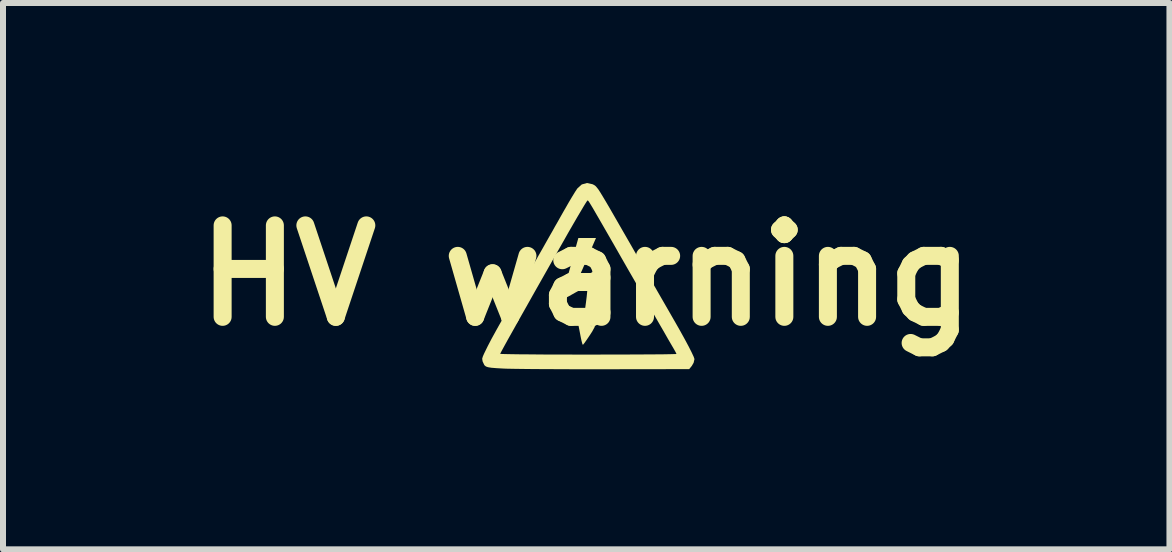
<source format=kicad_pcb>
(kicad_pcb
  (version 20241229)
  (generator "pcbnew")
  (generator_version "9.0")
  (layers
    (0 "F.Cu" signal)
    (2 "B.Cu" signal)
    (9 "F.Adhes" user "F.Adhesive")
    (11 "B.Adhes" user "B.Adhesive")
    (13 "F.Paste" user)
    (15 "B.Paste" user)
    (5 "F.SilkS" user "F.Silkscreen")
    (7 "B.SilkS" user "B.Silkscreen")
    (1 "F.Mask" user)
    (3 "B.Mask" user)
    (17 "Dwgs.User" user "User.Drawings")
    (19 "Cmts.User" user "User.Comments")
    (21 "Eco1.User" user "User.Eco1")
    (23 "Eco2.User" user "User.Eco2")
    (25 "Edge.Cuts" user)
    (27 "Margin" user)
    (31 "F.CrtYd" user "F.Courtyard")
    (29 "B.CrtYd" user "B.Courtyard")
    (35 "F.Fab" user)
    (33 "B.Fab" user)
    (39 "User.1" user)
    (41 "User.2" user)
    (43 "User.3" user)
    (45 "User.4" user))
  (footprint "HV warning"
    (layer "F.Cu")
    (at 6.72 1.541)
    (property "Reference" "HV warning" (at 0 0 0) (layer "F.SilkS") (effects (font (size 1.524 1.524) (thickness 0.3))))
    (attr through_hole)
    (fp_poly (pts (xy 0.125 -0.538) (xy 0.096 -0.47) (xy 0.058 -0.381) (xy 0.023 -0.301) (xy -0.022 -0.197) (xy -0.07 -0.086) (xy -0.103 -0.014) (xy -0.133 0.058) (xy -0.153 0.114) (xy -0.157 0.139) (xy -0.136 0.135) (xy -0.083 0.112) (xy -0.007 0.073) (xy 0.069 0.032) (xy 0.158 -0.017) (xy 0.231 -0.053) (xy 0.279 -0.074) (xy 0.295 -0.075) (xy 0.291 -0.048) (xy 0.277 0.016) (xy 0.254 0.111) (xy 0.224 0.229) (xy 0.189 0.363) (xy 0.185 0.379) (xy 0.149 0.515) (xy 0.118 0.637) (xy 0.093 0.736) (xy 0.076 0.805) (xy 0.069 0.838) (xy 0.069 0.839) (xy 0.083 0.845) (xy 0.105 0.832) (xy 0.141 0.809) (xy 0.152 0.82) (xy 0.139 0.862) (xy 0.101 0.932) (xy 0.061 0.994) (xy 0.011 1.068) (xy -0.029 1.125) (xy -0.053 1.154) (xy -0.056 1.157) (xy -0.066 1.136) (xy -0.08 1.082) (xy -0.092 1.024) (xy -0.114 0.909) (xy -0.129 0.832) (xy -0.135 0.788) (xy -0.135 0.768) (xy -0.128 0.768) (xy -0.116 0.779) (xy -0.113 0.781) (xy -0.08 0.806) (xy -0.068 0.81) (xy -0.059 0.788) (xy -0.047 0.731) (xy -0.033 0.649) (xy -0.018 0.551) (xy -0.004 0.448) (xy 0.008 0.351) (xy 0.016 0.269) (xy 0.019 0.213) (xy 0.016 0.193) (xy -0.009 0.198) (xy -0.063 0.222) (xy -0.139 0.262) (xy -0.183 0.286) (xy -0.287 0.345) (xy -0.357 0.379) (xy -0.397 0.39) (xy -0.411 0.38) (xy -0.406 0.353) (xy -0.392 0.313) (xy -0.371 0.241) (xy -0.346 0.151) (xy -0.336 0.116) (xy -0.307 0.009) (xy -0.27 -0.122) (xy -0.232 -0.261) (xy -0.207 -0.353) (xy -0.131 -0.625) (xy 0.163 -0.625)) (stroke (width 0) (type solid)) (fill yes) (layer "F.SilkS"))
    (fp_poly (pts (xy 0.104 -1.521) (xy 0.113 -1.517) (xy 0.13 -1.508) (xy 0.145 -1.499) (xy 0.161 -1.485) (xy 0.179 -1.464) (xy 0.203 -1.433) (xy 0.233 -1.387) (xy 0.272 -1.323) (xy 0.323 -1.238) (xy 0.387 -1.129) (xy 0.466 -0.992) (xy 0.563 -0.823) (xy 0.68 -0.62) (xy 0.757 -0.486) (xy 0.87 -0.288) (xy 0.994 -0.072) (xy 1.122 0.151) (xy 1.248 0.37) (xy 1.365 0.573) (xy 1.466 0.749) (xy 1.476 0.766) (xy 1.563 0.919) (xy 1.641 1.06) (xy 1.707 1.183) (xy 1.758 1.284) (xy 1.791 1.355) (xy 1.804 1.393) (xy 1.804 1.394) (xy 1.79 1.455) (xy 1.76 1.507) (xy 1.716 1.561) (xy 0.32 1.563) (xy 0.06 1.563) (xy -0.195 1.563) (xy -0.438 1.562) (xy -0.666 1.561) (xy -0.872 1.56) (xy -1.051 1.558) (xy -1.199 1.556) (xy -1.31 1.554) (xy -1.37 1.552) (xy -1.494 1.545) (xy -1.58 1.538) (xy -1.636 1.529) (xy -1.671 1.517) (xy -1.693 1.499) (xy -1.699 1.492) (xy -1.727 1.432) (xy -1.734 1.387) (xy -1.723 1.35) (xy -1.704 1.306) (xy -1.434 1.306) (xy -1.412 1.308) (xy -1.347 1.31) (xy -1.244 1.312) (xy -1.106 1.314) (xy -0.937 1.315) (xy -0.741 1.317) (xy -0.523 1.318) (xy -0.285 1.318) (xy -0.033 1.319) (xy 0.035 1.319) (xy 0.291 1.318) (xy 0.533 1.318) (xy 0.756 1.317) (xy 0.958 1.316) (xy 1.134 1.315) (xy 1.28 1.314) (xy 1.393 1.312) (xy 1.468 1.31) (xy 1.502 1.309) (xy 1.504 1.308) (xy 1.493 1.284) (xy 1.465 1.233) (xy 1.431 1.175) (xy 1.406 1.132) (xy 1.36 1.053) (xy 1.297 0.942) (xy 1.217 0.804) (xy 1.124 0.642) (xy 1.02 0.46) (xy 0.907 0.264) (xy 0.788 0.056) (xy 0.722 -0.058) (xy 0.58 -0.306) (xy 0.459 -0.518) (xy 0.357 -0.695) (xy 0.273 -0.841) (xy 0.205 -0.959) (xy 0.151 -1.052) (xy 0.11 -1.123) (xy 0.079 -1.174) (xy 0.057 -1.21) (xy 0.043 -1.232) (xy 0.033 -1.244) (xy 0.028 -1.249) (xy 0.024 -1.25) (xy 0.02 -1.249) (xy 0.02 -1.249) (xy 0.006 -1.23) (xy -0.029 -1.175) (xy -0.08 -1.089) (xy -0.146 -0.978) (xy -0.223 -0.845) (xy -0.309 -0.696) (xy -0.359 -0.607) (xy -0.539 -0.291) (xy -0.705 0.002) (xy -0.857 0.27) (xy -0.993 0.512) (xy -1.113 0.724) (xy -1.215 0.907) (xy -1.3 1.058) (xy -1.364 1.174) (xy -1.408 1.255) (xy -1.431 1.299) (xy -1.434 1.306) (xy -1.704 1.306) (xy -1.691 1.279) (xy -1.642 1.179) (xy -1.578 1.056) (xy -1.501 0.916) (xy -1.454 0.832) (xy -1.354 0.656) (xy -1.24 0.455) (xy -1.121 0.244) (xy -1.005 0.039) (xy -0.9 -0.145) (xy -0.884 -0.173) (xy -0.803 -0.317) (xy -0.726 -0.452) (xy -0.659 -0.571) (xy -0.604 -0.668) (xy -0.565 -0.736) (xy -0.55 -0.763) (xy -0.521 -0.815) (xy -0.475 -0.895) (xy -0.419 -0.995) (xy -0.358 -1.102) (xy -0.353 -1.11) (xy -0.292 -1.217) (xy -0.233 -1.316) (xy -0.184 -1.396) (xy -0.15 -1.447) (xy -0.148 -1.45) (xy -0.074 -1.517) (xy 0.012 -1.541)) (stroke (width 0) (type solid)) (fill yes) (layer "F.SilkS")))
  (gr_rect
    (start -3 -3)
    (end 16.44 6.105)
    (stroke (width 0.1) (type default))
    (fill no)
    (layer "Edge.Cuts")))
</source>
